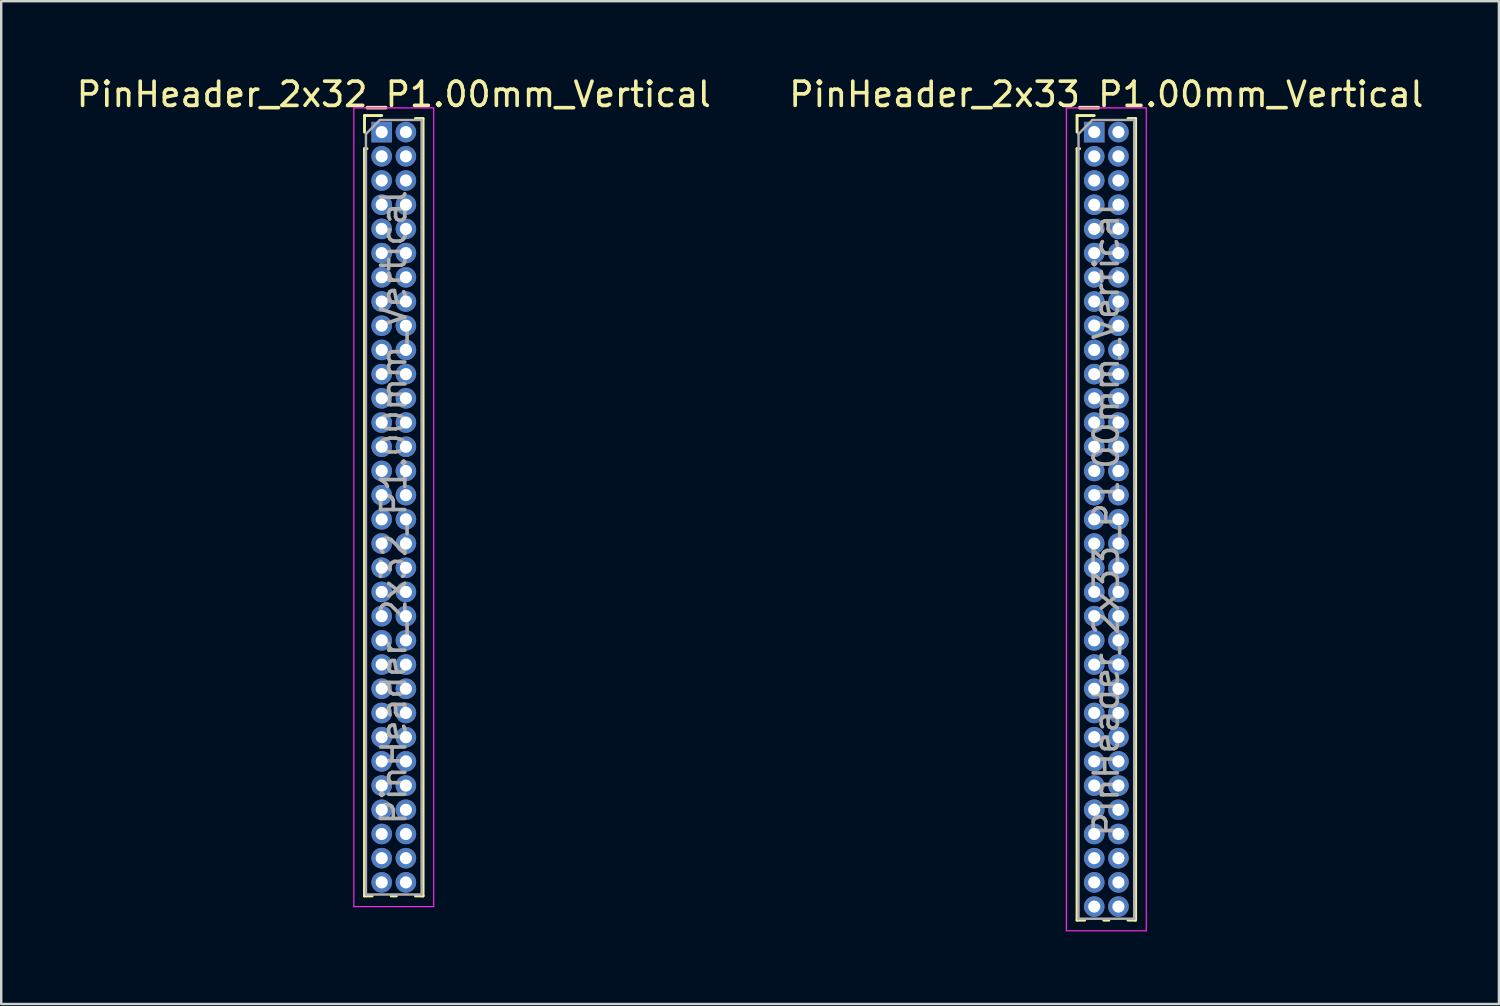
<source format=kicad_pcb>
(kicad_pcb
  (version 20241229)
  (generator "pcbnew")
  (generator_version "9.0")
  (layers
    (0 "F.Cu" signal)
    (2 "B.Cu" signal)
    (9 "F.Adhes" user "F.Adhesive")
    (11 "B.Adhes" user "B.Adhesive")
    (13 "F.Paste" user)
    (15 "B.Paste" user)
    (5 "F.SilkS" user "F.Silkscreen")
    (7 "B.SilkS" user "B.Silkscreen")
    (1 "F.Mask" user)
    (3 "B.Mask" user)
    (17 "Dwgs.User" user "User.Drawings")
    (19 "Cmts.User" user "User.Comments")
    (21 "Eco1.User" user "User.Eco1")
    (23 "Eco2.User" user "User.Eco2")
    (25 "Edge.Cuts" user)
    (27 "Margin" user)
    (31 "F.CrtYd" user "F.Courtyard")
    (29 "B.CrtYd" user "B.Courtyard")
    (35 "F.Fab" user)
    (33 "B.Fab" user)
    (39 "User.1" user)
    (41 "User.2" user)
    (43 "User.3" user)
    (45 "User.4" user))
  (footprint "PinHeader_2x33_P1.00mm_Vertical"
    (layer "F.Cu")
    (at 42.161 2.408)
    (property "Reference" "PinHeader_2x33_P1.00mm_Vertical" (at 0.5 -1.56 0) (layer "F.SilkS") (effects (font (size 1 1) (thickness 0.15))))
    (attr through_hole)
    (fp_line (start -0.71 -0.685) (end 0 -0.685) (stroke (width 0.12) (type solid)) (layer "F.SilkS"))
    (fp_line (start -0.71 0) (end -0.71 -0.685) (stroke (width 0.12) (type solid)) (layer "F.SilkS"))
    (fp_line (start -0.71 0.685) (end -0.71 32.56) (stroke (width 0.12) (type solid)) (layer "F.SilkS"))
    (fp_line (start -0.71 0.685) (end -0.608 0.685) (stroke (width 0.12) (type solid)) (layer "F.SilkS"))
    (fp_line (start -0.71 32.56) (end -0.394 32.56) (stroke (width 0.12) (type solid)) (layer "F.SilkS"))
    (fp_line (start 0.394 32.56) (end 0.606 32.56) (stroke (width 0.12) (type solid)) (layer "F.SilkS"))
    (fp_line (start 1.394 -0.56) (end 1.71 -0.56) (stroke (width 0.12) (type solid)) (layer "F.SilkS"))
    (fp_line (start 1.394 32.56) (end 1.71 32.56) (stroke (width 0.12) (type solid)) (layer "F.SilkS"))
    (fp_line (start 1.71 -0.56) (end 1.71 32.56) (stroke (width 0.12) (type solid)) (layer "F.SilkS"))
    (fp_line (start -1.15 -1) (end -1.15 33) (stroke (width 0.05) (type solid)) (layer "F.CrtYd"))
    (fp_line (start -1.15 33) (end 2.15 33) (stroke (width 0.05) (type solid)) (layer "F.CrtYd"))
    (fp_line (start 2.15 -1) (end -1.15 -1) (stroke (width 0.05) (type solid)) (layer "F.CrtYd"))
    (fp_line (start 2.15 33) (end 2.15 -1) (stroke (width 0.05) (type solid)) (layer "F.CrtYd"))
    (fp_line (start -0.65 0.075) (end -0.075 -0.5) (stroke (width 0.1) (type solid)) (layer "F.Fab"))
    (fp_line (start -0.65 32.5) (end -0.65 0.075) (stroke (width 0.1) (type solid)) (layer "F.Fab"))
    (fp_line (start -0.075 -0.5) (end 1.65 -0.5) (stroke (width 0.1) (type solid)) (layer "F.Fab"))
    (fp_line (start 1.65 -0.5) (end 1.65 32.5) (stroke (width 0.1) (type solid)) (layer "F.Fab"))
    (fp_line (start 1.65 32.5) (end -0.65 32.5) (stroke (width 0.1) (type solid)) (layer "F.Fab"))
    (fp_text user "${REFERENCE}" (at 0.5 16 90) (layer "F.Fab") (effects (font (size 1 1) (thickness 0.15))))
    (pad "1" thru_hole rect (at 0 0) (size 0.85 0.85) (drill 0.5) (layers "*.Cu" "*.Mask"))
    (pad "2" thru_hole oval (at 1 0) (size 0.85 0.85) (drill 0.5) (layers "*.Cu" "*.Mask"))
    (pad "3" thru_hole oval (at 0 1) (size 0.85 0.85) (drill 0.5) (layers "*.Cu" "*.Mask"))
    (pad "4" thru_hole oval (at 1 1) (size 0.85 0.85) (drill 0.5) (layers "*.Cu" "*.Mask"))
    (pad "5" thru_hole oval (at 0 2) (size 0.85 0.85) (drill 0.5) (layers "*.Cu" "*.Mask"))
    (pad "6" thru_hole oval (at 1 2) (size 0.85 0.85) (drill 0.5) (layers "*.Cu" "*.Mask"))
    (pad "7" thru_hole oval (at 0 3) (size 0.85 0.85) (drill 0.5) (layers "*.Cu" "*.Mask"))
    (pad "8" thru_hole oval (at 1 3) (size 0.85 0.85) (drill 0.5) (layers "*.Cu" "*.Mask"))
    (pad "9" thru_hole oval (at 0 4) (size 0.85 0.85) (drill 0.5) (layers "*.Cu" "*.Mask"))
    (pad "10" thru_hole oval (at 1 4) (size 0.85 0.85) (drill 0.5) (layers "*.Cu" "*.Mask"))
    (pad "11" thru_hole oval (at 0 5) (size 0.85 0.85) (drill 0.5) (layers "*.Cu" "*.Mask"))
    (pad "12" thru_hole oval (at 1 5) (size 0.85 0.85) (drill 0.5) (layers "*.Cu" "*.Mask"))
    (pad "13" thru_hole oval (at 0 6) (size 0.85 0.85) (drill 0.5) (layers "*.Cu" "*.Mask"))
    (pad "14" thru_hole oval (at 1 6) (size 0.85 0.85) (drill 0.5) (layers "*.Cu" "*.Mask"))
    (pad "15" thru_hole oval (at 0 7) (size 0.85 0.85) (drill 0.5) (layers "*.Cu" "*.Mask"))
    (pad "16" thru_hole oval (at 1 7) (size 0.85 0.85) (drill 0.5) (layers "*.Cu" "*.Mask"))
    (pad "17" thru_hole oval (at 0 8) (size 0.85 0.85) (drill 0.5) (layers "*.Cu" "*.Mask"))
    (pad "18" thru_hole oval (at 1 8) (size 0.85 0.85) (drill 0.5) (layers "*.Cu" "*.Mask"))
    (pad "19" thru_hole oval (at 0 9) (size 0.85 0.85) (drill 0.5) (layers "*.Cu" "*.Mask"))
    (pad "20" thru_hole oval (at 1 9) (size 0.85 0.85) (drill 0.5) (layers "*.Cu" "*.Mask"))
    (pad "21" thru_hole oval (at 0 10) (size 0.85 0.85) (drill 0.5) (layers "*.Cu" "*.Mask"))
    (pad "22" thru_hole oval (at 1 10) (size 0.85 0.85) (drill 0.5) (layers "*.Cu" "*.Mask"))
    (pad "23" thru_hole oval (at 0 11) (size 0.85 0.85) (drill 0.5) (layers "*.Cu" "*.Mask"))
    (pad "24" thru_hole oval (at 1 11) (size 0.85 0.85) (drill 0.5) (layers "*.Cu" "*.Mask"))
    (pad "25" thru_hole oval (at 0 12) (size 0.85 0.85) (drill 0.5) (layers "*.Cu" "*.Mask"))
    (pad "26" thru_hole oval (at 1 12) (size 0.85 0.85) (drill 0.5) (layers "*.Cu" "*.Mask"))
    (pad "27" thru_hole oval (at 0 13) (size 0.85 0.85) (drill 0.5) (layers "*.Cu" "*.Mask"))
    (pad "28" thru_hole oval (at 1 13) (size 0.85 0.85) (drill 0.5) (layers "*.Cu" "*.Mask"))
    (pad "29" thru_hole oval (at 0 14) (size 0.85 0.85) (drill 0.5) (layers "*.Cu" "*.Mask"))
    (pad "30" thru_hole oval (at 1 14) (size 0.85 0.85) (drill 0.5) (layers "*.Cu" "*.Mask"))
    (pad "31" thru_hole oval (at 0 15) (size 0.85 0.85) (drill 0.5) (layers "*.Cu" "*.Mask"))
    (pad "32" thru_hole oval (at 1 15) (size 0.85 0.85) (drill 0.5) (layers "*.Cu" "*.Mask"))
    (pad "33" thru_hole oval (at 0 16) (size 0.85 0.85) (drill 0.5) (layers "*.Cu" "*.Mask"))
    (pad "34" thru_hole oval (at 1 16) (size 0.85 0.85) (drill 0.5) (layers "*.Cu" "*.Mask"))
    (pad "35" thru_hole oval (at 0 17) (size 0.85 0.85) (drill 0.5) (layers "*.Cu" "*.Mask"))
    (pad "36" thru_hole oval (at 1 17) (size 0.85 0.85) (drill 0.5) (layers "*.Cu" "*.Mask"))
    (pad "37" thru_hole oval (at 0 18) (size 0.85 0.85) (drill 0.5) (layers "*.Cu" "*.Mask"))
    (pad "38" thru_hole oval (at 1 18) (size 0.85 0.85) (drill 0.5) (layers "*.Cu" "*.Mask"))
    (pad "39" thru_hole oval (at 0 19) (size 0.85 0.85) (drill 0.5) (layers "*.Cu" "*.Mask"))
    (pad "40" thru_hole oval (at 1 19) (size 0.85 0.85) (drill 0.5) (layers "*.Cu" "*.Mask"))
    (pad "41" thru_hole oval (at 0 20) (size 0.85 0.85) (drill 0.5) (layers "*.Cu" "*.Mask"))
    (pad "42" thru_hole oval (at 1 20) (size 0.85 0.85) (drill 0.5) (layers "*.Cu" "*.Mask"))
    (pad "43" thru_hole oval (at 0 21) (size 0.85 0.85) (drill 0.5) (layers "*.Cu" "*.Mask"))
    (pad "44" thru_hole oval (at 1 21) (size 0.85 0.85) (drill 0.5) (layers "*.Cu" "*.Mask"))
    (pad "45" thru_hole oval (at 0 22) (size 0.85 0.85) (drill 0.5) (layers "*.Cu" "*.Mask"))
    (pad "46" thru_hole oval (at 1 22) (size 0.85 0.85) (drill 0.5) (layers "*.Cu" "*.Mask"))
    (pad "47" thru_hole oval (at 0 23) (size 0.85 0.85) (drill 0.5) (layers "*.Cu" "*.Mask"))
    (pad "48" thru_hole oval (at 1 23) (size 0.85 0.85) (drill 0.5) (layers "*.Cu" "*.Mask"))
    (pad "49" thru_hole oval (at 0 24) (size 0.85 0.85) (drill 0.5) (layers "*.Cu" "*.Mask"))
    (pad "50" thru_hole oval (at 1 24) (size 0.85 0.85) (drill 0.5) (layers "*.Cu" "*.Mask"))
    (pad "51" thru_hole oval (at 0 25) (size 0.85 0.85) (drill 0.5) (layers "*.Cu" "*.Mask"))
    (pad "52" thru_hole oval (at 1 25) (size 0.85 0.85) (drill 0.5) (layers "*.Cu" "*.Mask"))
    (pad "53" thru_hole oval (at 0 26) (size 0.85 0.85) (drill 0.5) (layers "*.Cu" "*.Mask"))
    (pad "54" thru_hole oval (at 1 26) (size 0.85 0.85) (drill 0.5) (layers "*.Cu" "*.Mask"))
    (pad "55" thru_hole oval (at 0 27) (size 0.85 0.85) (drill 0.5) (layers "*.Cu" "*.Mask"))
    (pad "56" thru_hole oval (at 1 27) (size 0.85 0.85) (drill 0.5) (layers "*.Cu" "*.Mask"))
    (pad "57" thru_hole oval (at 0 28) (size 0.85 0.85) (drill 0.5) (layers "*.Cu" "*.Mask"))
    (pad "58" thru_hole oval (at 1 28) (size 0.85 0.85) (drill 0.5) (layers "*.Cu" "*.Mask"))
    (pad "59" thru_hole oval (at 0 29) (size 0.85 0.85) (drill 0.5) (layers "*.Cu" "*.Mask"))
    (pad "60" thru_hole oval (at 1 29) (size 0.85 0.85) (drill 0.5) (layers "*.Cu" "*.Mask"))
    (pad "61" thru_hole oval (at 0 30) (size 0.85 0.85) (drill 0.5) (layers "*.Cu" "*.Mask"))
    (pad "62" thru_hole oval (at 1 30) (size 0.85 0.85) (drill 0.5) (layers "*.Cu" "*.Mask"))
    (pad "63" thru_hole oval (at 0 31) (size 0.85 0.85) (drill 0.5) (layers "*.Cu" "*.Mask"))
    (pad "64" thru_hole oval (at 1 31) (size 0.85 0.85) (drill 0.5) (layers "*.Cu" "*.Mask"))
    (pad "65" thru_hole oval (at 0 32) (size 0.85 0.85) (drill 0.5) (layers "*.Cu" "*.Mask"))
    (pad "66" thru_hole oval (at 1 32) (size 0.85 0.85) (drill 0.5) (layers "*.Cu" "*.Mask")))
  (footprint "PinHeader_2x32_P1.00mm_Vertical"
    (layer "F.Cu")
    (at 12.72 2.408)
    (property "Reference" "PinHeader_2x32_P1.00mm_Vertical" (at 0.5 -1.56 0) (layer "F.SilkS") (effects (font (size 1 1) (thickness 0.15))))
    (attr through_hole)
    (fp_line (start -0.71 -0.685) (end 0 -0.685) (stroke (width 0.12) (type solid)) (layer "F.SilkS"))
    (fp_line (start -0.71 0) (end -0.71 -0.685) (stroke (width 0.12) (type solid)) (layer "F.SilkS"))
    (fp_line (start -0.71 0.685) (end -0.71 31.56) (stroke (width 0.12) (type solid)) (layer "F.SilkS"))
    (fp_line (start -0.71 0.685) (end -0.608 0.685) (stroke (width 0.12) (type solid)) (layer "F.SilkS"))
    (fp_line (start -0.71 31.56) (end -0.394 31.56) (stroke (width 0.12) (type solid)) (layer "F.SilkS"))
    (fp_line (start 0.394 31.56) (end 0.606 31.56) (stroke (width 0.12) (type solid)) (layer "F.SilkS"))
    (fp_line (start 1.394 -0.56) (end 1.71 -0.56) (stroke (width 0.12) (type solid)) (layer "F.SilkS"))
    (fp_line (start 1.394 31.56) (end 1.71 31.56) (stroke (width 0.12) (type solid)) (layer "F.SilkS"))
    (fp_line (start 1.71 -0.56) (end 1.71 31.56) (stroke (width 0.12) (type solid)) (layer "F.SilkS"))
    (fp_line (start -1.15 -1) (end -1.15 32) (stroke (width 0.05) (type solid)) (layer "F.CrtYd"))
    (fp_line (start -1.15 32) (end 2.15 32) (stroke (width 0.05) (type solid)) (layer "F.CrtYd"))
    (fp_line (start 2.15 -1) (end -1.15 -1) (stroke (width 0.05) (type solid)) (layer "F.CrtYd"))
    (fp_line (start 2.15 32) (end 2.15 -1) (stroke (width 0.05) (type solid)) (layer "F.CrtYd"))
    (fp_line (start -0.65 0.075) (end -0.075 -0.5) (stroke (width 0.1) (type solid)) (layer "F.Fab"))
    (fp_line (start -0.65 31.5) (end -0.65 0.075) (stroke (width 0.1) (type solid)) (layer "F.Fab"))
    (fp_line (start -0.075 -0.5) (end 1.65 -0.5) (stroke (width 0.1) (type solid)) (layer "F.Fab"))
    (fp_line (start 1.65 -0.5) (end 1.65 31.5) (stroke (width 0.1) (type solid)) (layer "F.Fab"))
    (fp_line (start 1.65 31.5) (end -0.65 31.5) (stroke (width 0.1) (type solid)) (layer "F.Fab"))
    (fp_text user "${REFERENCE}" (at 0.5 15.5 90) (layer "F.Fab") (effects (font (size 1 1) (thickness 0.15))))
    (pad "1" thru_hole rect (at 0 0) (size 0.85 0.85) (drill 0.5) (layers "*.Cu" "*.Mask"))
    (pad "2" thru_hole oval (at 1 0) (size 0.85 0.85) (drill 0.5) (layers "*.Cu" "*.Mask"))
    (pad "3" thru_hole oval (at 0 1) (size 0.85 0.85) (drill 0.5) (layers "*.Cu" "*.Mask"))
    (pad "4" thru_hole oval (at 1 1) (size 0.85 0.85) (drill 0.5) (layers "*.Cu" "*.Mask"))
    (pad "5" thru_hole oval (at 0 2) (size 0.85 0.85) (drill 0.5) (layers "*.Cu" "*.Mask"))
    (pad "6" thru_hole oval (at 1 2) (size 0.85 0.85) (drill 0.5) (layers "*.Cu" "*.Mask"))
    (pad "7" thru_hole oval (at 0 3) (size 0.85 0.85) (drill 0.5) (layers "*.Cu" "*.Mask"))
    (pad "8" thru_hole oval (at 1 3) (size 0.85 0.85) (drill 0.5) (layers "*.Cu" "*.Mask"))
    (pad "9" thru_hole oval (at 0 4) (size 0.85 0.85) (drill 0.5) (layers "*.Cu" "*.Mask"))
    (pad "10" thru_hole oval (at 1 4) (size 0.85 0.85) (drill 0.5) (layers "*.Cu" "*.Mask"))
    (pad "11" thru_hole oval (at 0 5) (size 0.85 0.85) (drill 0.5) (layers "*.Cu" "*.Mask"))
    (pad "12" thru_hole oval (at 1 5) (size 0.85 0.85) (drill 0.5) (layers "*.Cu" "*.Mask"))
    (pad "13" thru_hole oval (at 0 6) (size 0.85 0.85) (drill 0.5) (layers "*.Cu" "*.Mask"))
    (pad "14" thru_hole oval (at 1 6) (size 0.85 0.85) (drill 0.5) (layers "*.Cu" "*.Mask"))
    (pad "15" thru_hole oval (at 0 7) (size 0.85 0.85) (drill 0.5) (layers "*.Cu" "*.Mask"))
    (pad "16" thru_hole oval (at 1 7) (size 0.85 0.85) (drill 0.5) (layers "*.Cu" "*.Mask"))
    (pad "17" thru_hole oval (at 0 8) (size 0.85 0.85) (drill 0.5) (layers "*.Cu" "*.Mask"))
    (pad "18" thru_hole oval (at 1 8) (size 0.85 0.85) (drill 0.5) (layers "*.Cu" "*.Mask"))
    (pad "19" thru_hole oval (at 0 9) (size 0.85 0.85) (drill 0.5) (layers "*.Cu" "*.Mask"))
    (pad "20" thru_hole oval (at 1 9) (size 0.85 0.85) (drill 0.5) (layers "*.Cu" "*.Mask"))
    (pad "21" thru_hole oval (at 0 10) (size 0.85 0.85) (drill 0.5) (layers "*.Cu" "*.Mask"))
    (pad "22" thru_hole oval (at 1 10) (size 0.85 0.85) (drill 0.5) (layers "*.Cu" "*.Mask"))
    (pad "23" thru_hole oval (at 0 11) (size 0.85 0.85) (drill 0.5) (layers "*.Cu" "*.Mask"))
    (pad "24" thru_hole oval (at 1 11) (size 0.85 0.85) (drill 0.5) (layers "*.Cu" "*.Mask"))
    (pad "25" thru_hole oval (at 0 12) (size 0.85 0.85) (drill 0.5) (layers "*.Cu" "*.Mask"))
    (pad "26" thru_hole oval (at 1 12) (size 0.85 0.85) (drill 0.5) (layers "*.Cu" "*.Mask"))
    (pad "27" thru_hole oval (at 0 13) (size 0.85 0.85) (drill 0.5) (layers "*.Cu" "*.Mask"))
    (pad "28" thru_hole oval (at 1 13) (size 0.85 0.85) (drill 0.5) (layers "*.Cu" "*.Mask"))
    (pad "29" thru_hole oval (at 0 14) (size 0.85 0.85) (drill 0.5) (layers "*.Cu" "*.Mask"))
    (pad "30" thru_hole oval (at 1 14) (size 0.85 0.85) (drill 0.5) (layers "*.Cu" "*.Mask"))
    (pad "31" thru_hole oval (at 0 15) (size 0.85 0.85) (drill 0.5) (layers "*.Cu" "*.Mask"))
    (pad "32" thru_hole oval (at 1 15) (size 0.85 0.85) (drill 0.5) (layers "*.Cu" "*.Mask"))
    (pad "33" thru_hole oval (at 0 16) (size 0.85 0.85) (drill 0.5) (layers "*.Cu" "*.Mask"))
    (pad "34" thru_hole oval (at 1 16) (size 0.85 0.85) (drill 0.5) (layers "*.Cu" "*.Mask"))
    (pad "35" thru_hole oval (at 0 17) (size 0.85 0.85) (drill 0.5) (layers "*.Cu" "*.Mask"))
    (pad "36" thru_hole oval (at 1 17) (size 0.85 0.85) (drill 0.5) (layers "*.Cu" "*.Mask"))
    (pad "37" thru_hole oval (at 0 18) (size 0.85 0.85) (drill 0.5) (layers "*.Cu" "*.Mask"))
    (pad "38" thru_hole oval (at 1 18) (size 0.85 0.85) (drill 0.5) (layers "*.Cu" "*.Mask"))
    (pad "39" thru_hole oval (at 0 19) (size 0.85 0.85) (drill 0.5) (layers "*.Cu" "*.Mask"))
    (pad "40" thru_hole oval (at 1 19) (size 0.85 0.85) (drill 0.5) (layers "*.Cu" "*.Mask"))
    (pad "41" thru_hole oval (at 0 20) (size 0.85 0.85) (drill 0.5) (layers "*.Cu" "*.Mask"))
    (pad "42" thru_hole oval (at 1 20) (size 0.85 0.85) (drill 0.5) (layers "*.Cu" "*.Mask"))
    (pad "43" thru_hole oval (at 0 21) (size 0.85 0.85) (drill 0.5) (layers "*.Cu" "*.Mask"))
    (pad "44" thru_hole oval (at 1 21) (size 0.85 0.85) (drill 0.5) (layers "*.Cu" "*.Mask"))
    (pad "45" thru_hole oval (at 0 22) (size 0.85 0.85) (drill 0.5) (layers "*.Cu" "*.Mask"))
    (pad "46" thru_hole oval (at 1 22) (size 0.85 0.85) (drill 0.5) (layers "*.Cu" "*.Mask"))
    (pad "47" thru_hole oval (at 0 23) (size 0.85 0.85) (drill 0.5) (layers "*.Cu" "*.Mask"))
    (pad "48" thru_hole oval (at 1 23) (size 0.85 0.85) (drill 0.5) (layers "*.Cu" "*.Mask"))
    (pad "49" thru_hole oval (at 0 24) (size 0.85 0.85) (drill 0.5) (layers "*.Cu" "*.Mask"))
    (pad "50" thru_hole oval (at 1 24) (size 0.85 0.85) (drill 0.5) (layers "*.Cu" "*.Mask"))
    (pad "51" thru_hole oval (at 0 25) (size 0.85 0.85) (drill 0.5) (layers "*.Cu" "*.Mask"))
    (pad "52" thru_hole oval (at 1 25) (size 0.85 0.85) (drill 0.5) (layers "*.Cu" "*.Mask"))
    (pad "53" thru_hole oval (at 0 26) (size 0.85 0.85) (drill 0.5) (layers "*.Cu" "*.Mask"))
    (pad "54" thru_hole oval (at 1 26) (size 0.85 0.85) (drill 0.5) (layers "*.Cu" "*.Mask"))
    (pad "55" thru_hole oval (at 0 27) (size 0.85 0.85) (drill 0.5) (layers "*.Cu" "*.Mask"))
    (pad "56" thru_hole oval (at 1 27) (size 0.85 0.85) (drill 0.5) (layers "*.Cu" "*.Mask"))
    (pad "57" thru_hole oval (at 0 28) (size 0.85 0.85) (drill 0.5) (layers "*.Cu" "*.Mask"))
    (pad "58" thru_hole oval (at 1 28) (size 0.85 0.85) (drill 0.5) (layers "*.Cu" "*.Mask"))
    (pad "59" thru_hole oval (at 0 29) (size 0.85 0.85) (drill 0.5) (layers "*.Cu" "*.Mask"))
    (pad "60" thru_hole oval (at 1 29) (size 0.85 0.85) (drill 0.5) (layers "*.Cu" "*.Mask"))
    (pad "61" thru_hole oval (at 0 30) (size 0.85 0.85) (drill 0.5) (layers "*.Cu" "*.Mask"))
    (pad "62" thru_hole oval (at 1 30) (size 0.85 0.85) (drill 0.5) (layers "*.Cu" "*.Mask"))
    (pad "63" thru_hole oval (at 0 31) (size 0.85 0.85) (drill 0.5) (layers "*.Cu" "*.Mask"))
    (pad "64" thru_hole oval (at 1 31) (size 0.85 0.85) (drill 0.5) (layers "*.Cu" "*.Mask")))
  (gr_rect
    (start -3 -3)
    (end 58.881 38.433)
    (stroke (width 0.1) (type default))
    (fill no)
    (layer "Edge.Cuts")))
</source>
